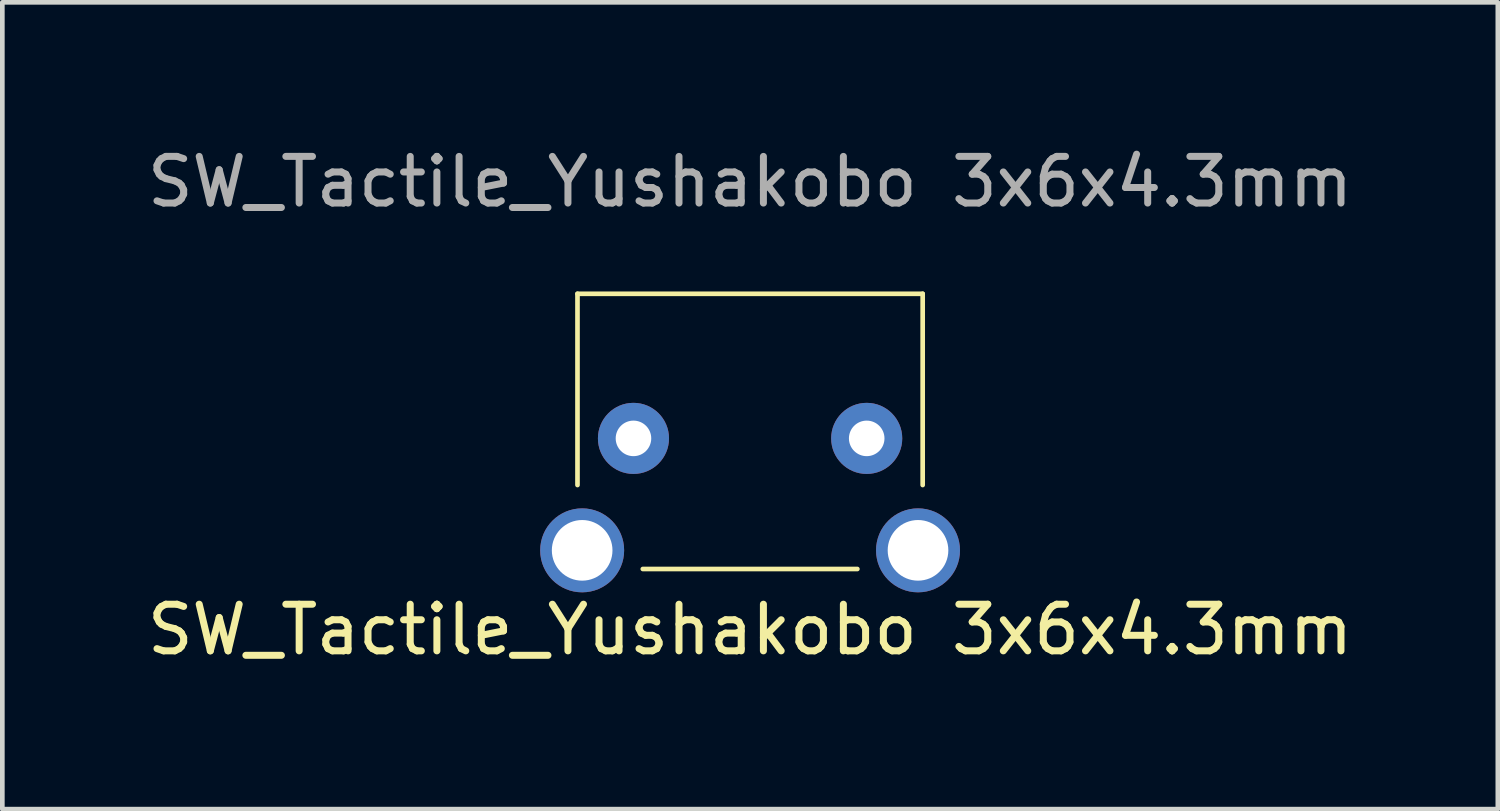
<source format=kicad_pcb>
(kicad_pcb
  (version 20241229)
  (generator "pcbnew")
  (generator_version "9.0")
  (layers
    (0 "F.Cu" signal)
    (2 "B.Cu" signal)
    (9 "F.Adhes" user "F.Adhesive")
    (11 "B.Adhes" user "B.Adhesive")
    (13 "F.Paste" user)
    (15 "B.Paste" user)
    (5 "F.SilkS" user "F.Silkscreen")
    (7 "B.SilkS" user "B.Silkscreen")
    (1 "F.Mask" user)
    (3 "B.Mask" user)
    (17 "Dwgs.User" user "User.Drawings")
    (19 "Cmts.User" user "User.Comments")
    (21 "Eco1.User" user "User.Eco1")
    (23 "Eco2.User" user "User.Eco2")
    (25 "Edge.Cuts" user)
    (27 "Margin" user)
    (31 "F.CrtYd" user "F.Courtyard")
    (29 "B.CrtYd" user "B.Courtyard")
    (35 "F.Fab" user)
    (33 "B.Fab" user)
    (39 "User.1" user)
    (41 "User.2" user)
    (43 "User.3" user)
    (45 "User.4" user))
  (footprint "SW_Tactile_Yushakobo 3x6x4.3mm"
    (layer "F.Cu")
    (at 10.53 6.348)
    (property "Reference" "SW_Tactile_Yushakobo 3x6x4.3mm" (at 2.5 4.1 0) (unlocked yes) (layer "F.SilkS") (effects (font (size 1 1) (thickness 0.15))))
    (attr through_hole)
    (fp_line (start -1.2 -3.1) (end 6.2 -3.1) (stroke (width 0.1) (type solid)) (layer "F.SilkS"))
    (fp_line (start -1.2 1) (end -1.2 -3.1) (stroke (width 0.1) (type solid)) (layer "F.SilkS"))
    (fp_line (start 4.8 2.8) (end 0.2 2.8) (stroke (width 0.1) (type solid)) (layer "F.SilkS"))
    (fp_line (start 6.2 -3.1) (end 6.2 1) (stroke (width 0.1) (type solid)) (layer "F.SilkS"))
    (fp_text user "${REFERENCE}" (at 2.5 -5.5 0) (unlocked yes) (layer "F.Fab") (effects (font (size 1 1) (thickness 0.15))))
    (pad "1" thru_hole circle (at 0 0) (size 1.524 1.524) (drill 0.762) (layers "*.Cu" "*.Mask"))
    (pad "2" thru_hole circle (at 5 0) (size 1.524 1.524) (drill 0.762) (layers "*.Cu" "*.Mask"))
    (pad "3" thru_hole circle (at -1.1 2.4) (size 1.8 1.8) (drill 1.3) (layers "*.Cu" "*.Mask"))
    (pad "3" thru_hole circle (at 6.1 2.4) (size 1.8 1.8) (drill 1.3) (layers "*.Cu" "*.Mask")))
  (gr_rect
    (start -3 -3)
    (end 29.06 14.296)
    (stroke (width 0.1) (type default))
    (fill no)
    (layer "Edge.Cuts")))
</source>
